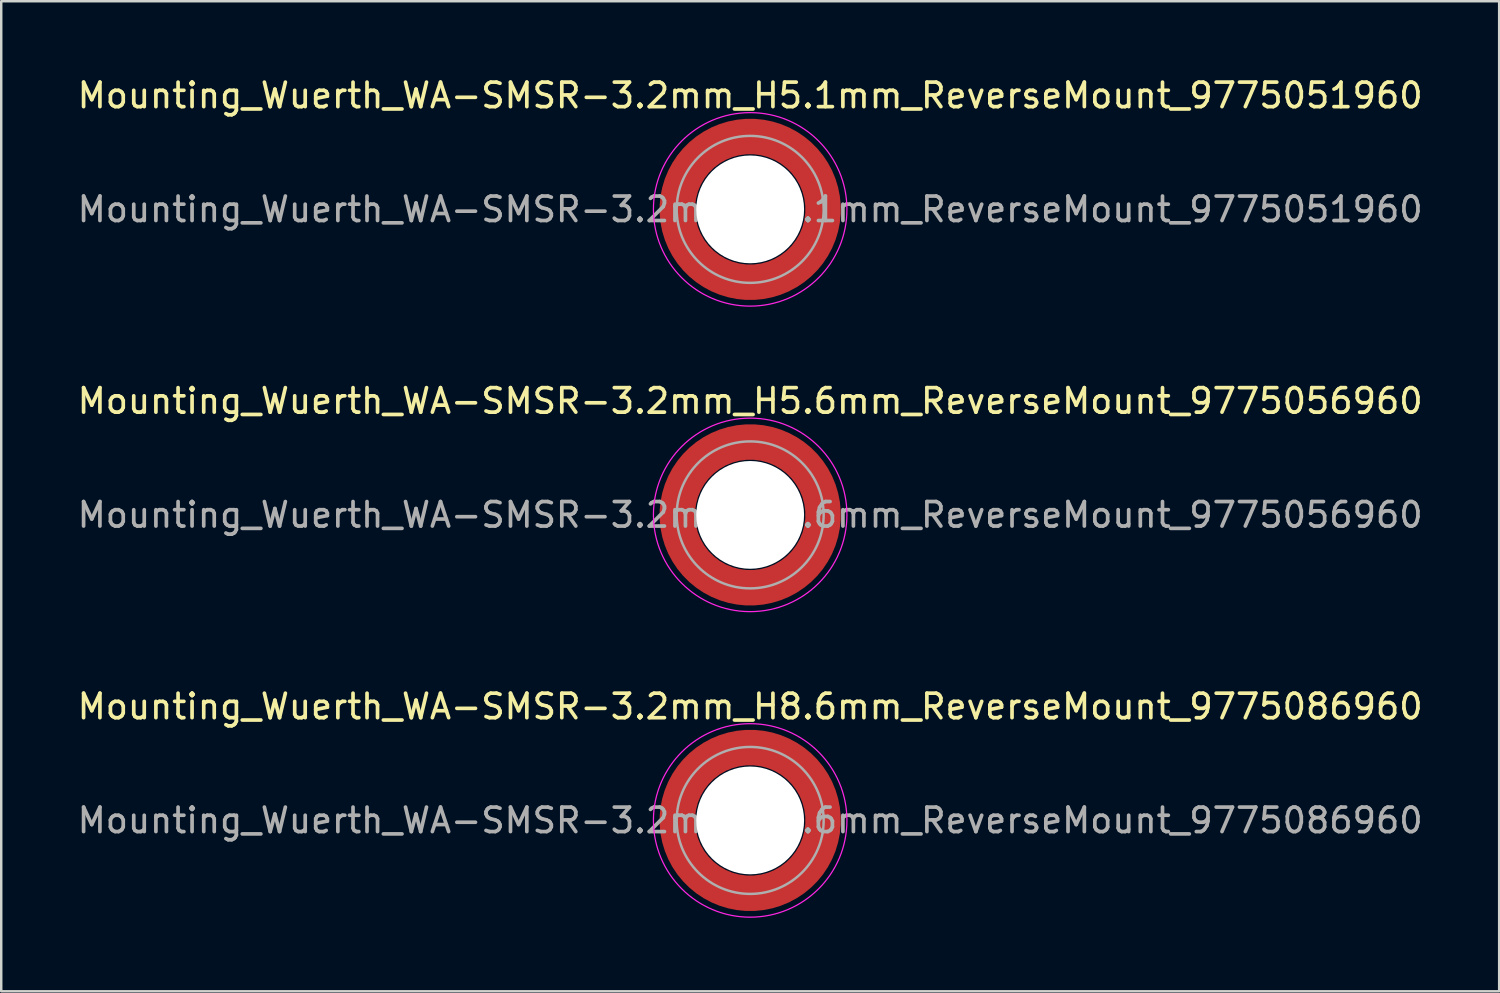
<source format=kicad_pcb>
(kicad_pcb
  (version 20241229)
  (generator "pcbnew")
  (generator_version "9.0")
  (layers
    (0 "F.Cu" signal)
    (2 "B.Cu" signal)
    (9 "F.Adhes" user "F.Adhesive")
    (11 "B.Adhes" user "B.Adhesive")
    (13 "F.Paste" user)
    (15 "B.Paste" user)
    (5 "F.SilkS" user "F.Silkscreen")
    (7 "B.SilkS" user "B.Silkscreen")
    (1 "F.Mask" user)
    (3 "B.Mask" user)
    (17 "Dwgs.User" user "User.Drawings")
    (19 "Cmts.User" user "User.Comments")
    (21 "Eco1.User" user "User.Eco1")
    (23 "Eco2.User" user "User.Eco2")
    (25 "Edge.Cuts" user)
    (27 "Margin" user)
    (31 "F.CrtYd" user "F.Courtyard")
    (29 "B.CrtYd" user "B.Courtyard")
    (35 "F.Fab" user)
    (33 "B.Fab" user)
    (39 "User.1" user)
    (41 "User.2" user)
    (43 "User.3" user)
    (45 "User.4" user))
  (footprint "Mounting_Wuerth_WA-SMSR-3.2mm_H5.6mm_ReverseMount_9775056960"
    (layer "F.Cu")
    (at 27.577 17.971)
    (property "Reference" "Mounting_Wuerth_WA-SMSR-3.2mm_H5.6mm_ReverseMount_9775056960" (at 0 -4.65 0) (layer "F.SilkS") (effects (font (size 1 1) (thickness 0.15))))
    (attr smd allow_soldermask_bridges)
    (fp_circle (center 0 0) (end 3.95 0) (stroke (width 0.05) (type solid)) (fill no) (layer "F.CrtYd"))
    (fp_circle (center 0 0) (end 3 0) (stroke (width 0.1) (type solid)) (fill no) (layer "F.Fab"))
    (fp_text user "${REFERENCE}" (at 0 0 0) (layer "F.Fab") (effects (font (size 1 1) (thickness 0.15))))
    (pad "" smd custom (at -2.095 -2.095) (size 0.672 0.672) (layers "F.Paste") (options (anchor circle)) (primitives (gr_arc (start -0.24231 1.594804) (mid 0.404819 0.404819) (end 1.594804 -0.24231) (width 0.2)) (gr_arc (start -0.3398 1.594804) (mid 0.337349 0.337349) (end 1.594804 -0.3398) (width 0.2)) (gr_arc (start -0.437132 1.594804) (mid 0.269879 0.269879) (end 1.594804 -0.437132) (width 0.2)) (gr_arc (start -0.534324 1.594804) (mid 0.202409 0.202409) (end 1.594804 -0.534324) (width 0.2)) (gr_arc (start -0.631391 1.594804) (mid 0.13494 0.13494) (end 1.594804 -0.631391) (width 0.2)) (gr_arc (start -0.728345 1.594804) (mid 0.06747 0.06747) (end 1.594804 -0.728345) (width 0.2)) (gr_arc (start -0.825197 1.594804) (mid 0 0) (end 1.594804 -0.825197) (width 0.2)) (gr_arc (start -0.921958 1.594804) (mid -0.06747 -0.06747) (end 1.594804 -0.921958) (width 0.2)) (gr_arc (start -1.018637 1.594804) (mid -0.13494 -0.13494) (end 1.594804 -1.018637) (width 0.2)) (gr_arc (start -1.115239 1.594804) (mid -0.202409 -0.202409) (end 1.594804 -1.115239) (width 0.2)) (gr_arc (start -1.211773 1.594804) (mid -0.269879 -0.269879) (end 1.594804 -1.211773) (width 0.2)) (gr_arc (start -1.308244 1.594804) (mid -0.337349 -0.337349) (end 1.594804 -1.308244) (width 0.2)) (gr_arc (start -1.404657 1.594804) (mid -0.404819 -0.404819) (end 1.594804 -1.404657) (width 0.2)) (gr_arc (start -1.404657 1.594804) (mid -0.404819 -0.404819) (end 1.594804 -1.404657) (width 0.2)) (gr_line (start 1.595 -0.242) (end 1.595 -1.405) (width 0.2)) (gr_line (start -0.242 1.595) (end -1.405 1.595) (width 0.2))))
    (pad "" smd custom (at -2.095 2.095) (size 0.672 0.672) (layers "F.Paste") (options (anchor circle)) (primitives (gr_arc (start 1.594804 0.24231) (mid 0.404819 -0.404819) (end -0.24231 -1.594804) (width 0.2)) (gr_arc (start 1.594804 0.3398) (mid 0.337349 -0.337349) (end -0.3398 -1.594804) (width 0.2)) (gr_arc (start 1.594804 0.437132) (mid 0.269879 -0.269879) (end -0.437132 -1.594804) (width 0.2)) (gr_arc (start 1.594804 0.534324) (mid 0.202409 -0.202409) (end -0.534324 -1.594804) (width 0.2)) (gr_arc (start 1.594804 0.631391) (mid 0.13494 -0.13494) (end -0.631391 -1.594804) (width 0.2)) (gr_arc (start 1.594804 0.728345) (mid 0.06747 -0.06747) (end -0.728345 -1.594804) (width 0.2)) (gr_arc (start 1.594804 0.825197) (mid 0 0) (end -0.825197 -1.594804) (width 0.2)) (gr_arc (start 1.594804 0.921958) (mid -0.06747 0.06747) (end -0.921958 -1.594804) (width 0.2)) (gr_arc (start 1.594804 1.018637) (mid -0.13494 0.13494) (end -1.018637 -1.594804) (width 0.2)) (gr_arc (start 1.594804 1.115239) (mid -0.202409 0.202409) (end -1.115239 -1.594804) (width 0.2)) (gr_arc (start 1.594804 1.211773) (mid -0.269879 0.269879) (end -1.211773 -1.594804) (width 0.2)) (gr_arc (start 1.594804 1.308244) (mid -0.337349 0.337349) (end -1.308244 -1.594804) (width 0.2)) (gr_arc (start 1.594804 1.404657) (mid -0.404819 0.404819) (end -1.404657 -1.594804) (width 0.2)) (gr_arc (start 1.594804 1.404657) (mid -0.404819 0.404819) (end -1.404657 -1.594804) (width 0.2)) (gr_line (start -0.242 -1.595) (end -1.405 -1.595) (width 0.2)) (gr_line (start 1.595 0.242) (end 1.595 1.405) (width 0.2))))
    (pad "" np_thru_hole circle (at 0 0) (size 4.4 4.4) (drill 4.4) (layers "*.Cu" "*.Mask"))
    (pad "" smd custom (at 2.095 -2.095) (size 0.672 0.672) (layers "F.Paste") (options (anchor circle)) (primitives (gr_arc (start -1.594804 -0.24231) (mid -0.404819 0.404819) (end 0.24231 1.594804) (width 0.2)) (gr_arc (start -1.594804 -0.3398) (mid -0.337349 0.337349) (end 0.3398 1.594804) (width 0.2)) (gr_arc (start -1.594804 -0.437132) (mid -0.269879 0.269879) (end 0.437132 1.594804) (width 0.2)) (gr_arc (start -1.594804 -0.534324) (mid -0.202409 0.202409) (end 0.534324 1.594804) (width 0.2)) (gr_arc (start -1.594804 -0.631391) (mid -0.13494 0.13494) (end 0.631391 1.594804) (width 0.2)) (gr_arc (start -1.594804 -0.728345) (mid -0.06747 0.06747) (end 0.728345 1.594804) (width 0.2)) (gr_arc (start -1.594804 -0.825197) (mid 0 0) (end 0.825197 1.594804) (width 0.2)) (gr_arc (start -1.594804 -0.921958) (mid 0.06747 -0.06747) (end 0.921958 1.594804) (width 0.2)) (gr_arc (start -1.594804 -1.018637) (mid 0.13494 -0.13494) (end 1.018637 1.594804) (width 0.2)) (gr_arc (start -1.594804 -1.115239) (mid 0.202409 -0.202409) (end 1.115239 1.594804) (width 0.2)) (gr_arc (start -1.594804 -1.211773) (mid 0.269879 -0.269879) (end 1.211773 1.594804) (width 0.2)) (gr_arc (start -1.594804 -1.308244) (mid 0.337349 -0.337349) (end 1.308244 1.594804) (width 0.2)) (gr_arc (start -1.594804 -1.404657) (mid 0.404819 -0.404819) (end 1.404657 1.594804) (width 0.2)) (gr_arc (start -1.594804 -1.404657) (mid 0.404819 -0.404819) (end 1.404657 1.594804) (width 0.2)) (gr_line (start 0.242 1.595) (end 1.405 1.595) (width 0.2)) (gr_line (start -1.595 -0.242) (end -1.595 -1.405) (width 0.2))))
    (pad "" smd custom (at 2.095 2.095) (size 0.672 0.672) (layers "F.Paste") (options (anchor circle)) (primitives (gr_arc (start 0.24231 -1.594804) (mid -0.404819 -0.404819) (end -1.594804 0.24231) (width 0.2)) (gr_arc (start 0.3398 -1.594804) (mid -0.337349 -0.337349) (end -1.594804 0.3398) (width 0.2)) (gr_arc (start 0.437132 -1.594804) (mid -0.269879 -0.269879) (end -1.594804 0.437132) (width 0.2)) (gr_arc (start 0.534324 -1.594804) (mid -0.202409 -0.202409) (end -1.594804 0.534324) (width 0.2)) (gr_arc (start 0.631391 -1.594804) (mid -0.13494 -0.13494) (end -1.594804 0.631391) (width 0.2)) (gr_arc (start 0.728345 -1.594804) (mid -0.06747 -0.06747) (end -1.594804 0.728345) (width 0.2)) (gr_arc (start 0.825197 -1.594804) (mid 0 0) (end -1.594804 0.825197) (width 0.2)) (gr_arc (start 0.921958 -1.594804) (mid 0.06747 0.06747) (end -1.594804 0.921958) (width 0.2)) (gr_arc (start 1.018637 -1.594804) (mid 0.13494 0.13494) (end -1.594804 1.018637) (width 0.2)) (gr_arc (start 1.115239 -1.594804) (mid 0.202409 0.202409) (end -1.594804 1.115239) (width 0.2)) (gr_arc (start 1.211773 -1.594804) (mid 0.269879 0.269879) (end -1.594804 1.211773) (width 0.2)) (gr_arc (start 1.308244 -1.594804) (mid 0.337349 0.337349) (end -1.594804 1.308244) (width 0.2)) (gr_arc (start 1.404657 -1.594804) (mid 0.404819 0.404819) (end -1.594804 1.404657) (width 0.2)) (gr_arc (start 1.404657 -1.594804) (mid 0.404819 0.404819) (end -1.594804 1.404657) (width 0.2)) (gr_line (start -1.595 0.242) (end -1.595 1.405) (width 0.2)) (gr_line (start 0.242 -1.595) (end 1.405 -1.595) (width 0.2))))
    (pad "1" smd circle (at -2.975 0) (size 0.942 0.942) (layers "F.Cu"))
    (pad "1" smd circle (at 0 -2.975) (size 0.942 0.942) (layers "F.Cu"))
    (pad "1" smd circle (at 0 2.975) (size 0.942 0.942) (layers "F.Cu"))
    (pad "1" smd custom (at 2.975 0) (size 1.45 1.45) (layers "F.Cu" "F.Mask") (options (anchor circle)) (primitives (gr_circle (center -2.975 0) (end 0 0) (width 1.45) (fill no)))))
  (footprint "Mounting_Wuerth_WA-SMSR-3.2mm_H5.1mm_ReverseMount_9775051960"
    (layer "F.Cu")
    (at 27.577 5.498)
    (property "Reference" "Mounting_Wuerth_WA-SMSR-3.2mm_H5.1mm_ReverseMount_9775051960" (at 0 -4.65 0) (layer "F.SilkS") (effects (font (size 1 1) (thickness 0.15))))
    (attr smd allow_soldermask_bridges)
    (fp_circle (center 0 0) (end 3.95 0) (stroke (width 0.05) (type solid)) (fill no) (layer "F.CrtYd"))
    (fp_circle (center 0 0) (end 3 0) (stroke (width 0.1) (type solid)) (fill no) (layer "F.Fab"))
    (fp_text user "${REFERENCE}" (at 0 0 0) (layer "F.Fab") (effects (font (size 1 1) (thickness 0.15))))
    (pad "" smd custom (at -2.095 -2.095) (size 0.672 0.672) (layers "F.Paste") (options (anchor circle)) (primitives (gr_arc (start -0.24231 1.594804) (mid 0.404819 0.404819) (end 1.594804 -0.24231) (width 0.2)) (gr_arc (start -0.3398 1.594804) (mid 0.337349 0.337349) (end 1.594804 -0.3398) (width 0.2)) (gr_arc (start -0.437132 1.594804) (mid 0.269879 0.269879) (end 1.594804 -0.437132) (width 0.2)) (gr_arc (start -0.534324 1.594804) (mid 0.202409 0.202409) (end 1.594804 -0.534324) (width 0.2)) (gr_arc (start -0.631391 1.594804) (mid 0.13494 0.13494) (end 1.594804 -0.631391) (width 0.2)) (gr_arc (start -0.728345 1.594804) (mid 0.06747 0.06747) (end 1.594804 -0.728345) (width 0.2)) (gr_arc (start -0.825197 1.594804) (mid 0 0) (end 1.594804 -0.825197) (width 0.2)) (gr_arc (start -0.921958 1.594804) (mid -0.06747 -0.06747) (end 1.594804 -0.921958) (width 0.2)) (gr_arc (start -1.018637 1.594804) (mid -0.13494 -0.13494) (end 1.594804 -1.018637) (width 0.2)) (gr_arc (start -1.115239 1.594804) (mid -0.202409 -0.202409) (end 1.594804 -1.115239) (width 0.2)) (gr_arc (start -1.211773 1.594804) (mid -0.269879 -0.269879) (end 1.594804 -1.211773) (width 0.2)) (gr_arc (start -1.308244 1.594804) (mid -0.337349 -0.337349) (end 1.594804 -1.308244) (width 0.2)) (gr_arc (start -1.404657 1.594804) (mid -0.404819 -0.404819) (end 1.594804 -1.404657) (width 0.2)) (gr_arc (start -1.404657 1.594804) (mid -0.404819 -0.404819) (end 1.594804 -1.404657) (width 0.2)) (gr_line (start 1.595 -0.242) (end 1.595 -1.405) (width 0.2)) (gr_line (start -0.242 1.595) (end -1.405 1.595) (width 0.2))))
    (pad "" smd custom (at -2.095 2.095) (size 0.672 0.672) (layers "F.Paste") (options (anchor circle)) (primitives (gr_arc (start 1.594804 0.24231) (mid 0.404819 -0.404819) (end -0.24231 -1.594804) (width 0.2)) (gr_arc (start 1.594804 0.3398) (mid 0.337349 -0.337349) (end -0.3398 -1.594804) (width 0.2)) (gr_arc (start 1.594804 0.437132) (mid 0.269879 -0.269879) (end -0.437132 -1.594804) (width 0.2)) (gr_arc (start 1.594804 0.534324) (mid 0.202409 -0.202409) (end -0.534324 -1.594804) (width 0.2)) (gr_arc (start 1.594804 0.631391) (mid 0.13494 -0.13494) (end -0.631391 -1.594804) (width 0.2)) (gr_arc (start 1.594804 0.728345) (mid 0.06747 -0.06747) (end -0.728345 -1.594804) (width 0.2)) (gr_arc (start 1.594804 0.825197) (mid 0 0) (end -0.825197 -1.594804) (width 0.2)) (gr_arc (start 1.594804 0.921958) (mid -0.06747 0.06747) (end -0.921958 -1.594804) (width 0.2)) (gr_arc (start 1.594804 1.018637) (mid -0.13494 0.13494) (end -1.018637 -1.594804) (width 0.2)) (gr_arc (start 1.594804 1.115239) (mid -0.202409 0.202409) (end -1.115239 -1.594804) (width 0.2)) (gr_arc (start 1.594804 1.211773) (mid -0.269879 0.269879) (end -1.211773 -1.594804) (width 0.2)) (gr_arc (start 1.594804 1.308244) (mid -0.337349 0.337349) (end -1.308244 -1.594804) (width 0.2)) (gr_arc (start 1.594804 1.404657) (mid -0.404819 0.404819) (end -1.404657 -1.594804) (width 0.2)) (gr_arc (start 1.594804 1.404657) (mid -0.404819 0.404819) (end -1.404657 -1.594804) (width 0.2)) (gr_line (start -0.242 -1.595) (end -1.405 -1.595) (width 0.2)) (gr_line (start 1.595 0.242) (end 1.595 1.405) (width 0.2))))
    (pad "" np_thru_hole circle (at 0 0) (size 4.4 4.4) (drill 4.4) (layers "*.Cu" "*.Mask"))
    (pad "" smd custom (at 2.095 -2.095) (size 0.672 0.672) (layers "F.Paste") (options (anchor circle)) (primitives (gr_arc (start -1.594804 -0.24231) (mid -0.404819 0.404819) (end 0.24231 1.594804) (width 0.2)) (gr_arc (start -1.594804 -0.3398) (mid -0.337349 0.337349) (end 0.3398 1.594804) (width 0.2)) (gr_arc (start -1.594804 -0.437132) (mid -0.269879 0.269879) (end 0.437132 1.594804) (width 0.2)) (gr_arc (start -1.594804 -0.534324) (mid -0.202409 0.202409) (end 0.534324 1.594804) (width 0.2)) (gr_arc (start -1.594804 -0.631391) (mid -0.13494 0.13494) (end 0.631391 1.594804) (width 0.2)) (gr_arc (start -1.594804 -0.728345) (mid -0.06747 0.06747) (end 0.728345 1.594804) (width 0.2)) (gr_arc (start -1.594804 -0.825197) (mid 0 0) (end 0.825197 1.594804) (width 0.2)) (gr_arc (start -1.594804 -0.921958) (mid 0.06747 -0.06747) (end 0.921958 1.594804) (width 0.2)) (gr_arc (start -1.594804 -1.018637) (mid 0.13494 -0.13494) (end 1.018637 1.594804) (width 0.2)) (gr_arc (start -1.594804 -1.115239) (mid 0.202409 -0.202409) (end 1.115239 1.594804) (width 0.2)) (gr_arc (start -1.594804 -1.211773) (mid 0.269879 -0.269879) (end 1.211773 1.594804) (width 0.2)) (gr_arc (start -1.594804 -1.308244) (mid 0.337349 -0.337349) (end 1.308244 1.594804) (width 0.2)) (gr_arc (start -1.594804 -1.404657) (mid 0.404819 -0.404819) (end 1.404657 1.594804) (width 0.2)) (gr_arc (start -1.594804 -1.404657) (mid 0.404819 -0.404819) (end 1.404657 1.594804) (width 0.2)) (gr_line (start 0.242 1.595) (end 1.405 1.595) (width 0.2)) (gr_line (start -1.595 -0.242) (end -1.595 -1.405) (width 0.2))))
    (pad "" smd custom (at 2.095 2.095) (size 0.672 0.672) (layers "F.Paste") (options (anchor circle)) (primitives (gr_arc (start 0.24231 -1.594804) (mid -0.404819 -0.404819) (end -1.594804 0.24231) (width 0.2)) (gr_arc (start 0.3398 -1.594804) (mid -0.337349 -0.337349) (end -1.594804 0.3398) (width 0.2)) (gr_arc (start 0.437132 -1.594804) (mid -0.269879 -0.269879) (end -1.594804 0.437132) (width 0.2)) (gr_arc (start 0.534324 -1.594804) (mid -0.202409 -0.202409) (end -1.594804 0.534324) (width 0.2)) (gr_arc (start 0.631391 -1.594804) (mid -0.13494 -0.13494) (end -1.594804 0.631391) (width 0.2)) (gr_arc (start 0.728345 -1.594804) (mid -0.06747 -0.06747) (end -1.594804 0.728345) (width 0.2)) (gr_arc (start 0.825197 -1.594804) (mid 0 0) (end -1.594804 0.825197) (width 0.2)) (gr_arc (start 0.921958 -1.594804) (mid 0.06747 0.06747) (end -1.594804 0.921958) (width 0.2)) (gr_arc (start 1.018637 -1.594804) (mid 0.13494 0.13494) (end -1.594804 1.018637) (width 0.2)) (gr_arc (start 1.115239 -1.594804) (mid 0.202409 0.202409) (end -1.594804 1.115239) (width 0.2)) (gr_arc (start 1.211773 -1.594804) (mid 0.269879 0.269879) (end -1.594804 1.211773) (width 0.2)) (gr_arc (start 1.308244 -1.594804) (mid 0.337349 0.337349) (end -1.594804 1.308244) (width 0.2)) (gr_arc (start 1.404657 -1.594804) (mid 0.404819 0.404819) (end -1.594804 1.404657) (width 0.2)) (gr_arc (start 1.404657 -1.594804) (mid 0.404819 0.404819) (end -1.594804 1.404657) (width 0.2)) (gr_line (start -1.595 0.242) (end -1.595 1.405) (width 0.2)) (gr_line (start 0.242 -1.595) (end 1.405 -1.595) (width 0.2))))
    (pad "1" smd circle (at -2.975 0) (size 0.942 0.942) (layers "F.Cu"))
    (pad "1" smd circle (at 0 -2.975) (size 0.942 0.942) (layers "F.Cu"))
    (pad "1" smd circle (at 0 2.975) (size 0.942 0.942) (layers "F.Cu"))
    (pad "1" smd custom (at 2.975 0) (size 1.45 1.45) (layers "F.Cu" "F.Mask") (options (anchor circle)) (primitives (gr_circle (center -2.975 0) (end 0 0) (width 1.45) (fill no)))))
  (footprint "Mounting_Wuerth_WA-SMSR-3.2mm_H8.6mm_ReverseMount_9775086960"
    (layer "F.Cu")
    (at 27.577 30.445)
    (property "Reference" "Mounting_Wuerth_WA-SMSR-3.2mm_H8.6mm_ReverseMount_9775086960" (at 0 -4.65 0) (layer "F.SilkS") (effects (font (size 1 1) (thickness 0.15))))
    (attr smd allow_soldermask_bridges)
    (fp_circle (center 0 0) (end 3.95 0) (stroke (width 0.05) (type solid)) (fill no) (layer "F.CrtYd"))
    (fp_circle (center 0 0) (end 3 0) (stroke (width 0.1) (type solid)) (fill no) (layer "F.Fab"))
    (fp_text user "${REFERENCE}" (at 0 0 0) (layer "F.Fab") (effects (font (size 1 1) (thickness 0.15))))
    (pad "" smd custom (at -2.095 -2.095) (size 0.672 0.672) (layers "F.Paste") (options (anchor circle)) (primitives (gr_arc (start -0.24231 1.594804) (mid 0.404819 0.404819) (end 1.594804 -0.24231) (width 0.2)) (gr_arc (start -0.3398 1.594804) (mid 0.337349 0.337349) (end 1.594804 -0.3398) (width 0.2)) (gr_arc (start -0.437132 1.594804) (mid 0.269879 0.269879) (end 1.594804 -0.437132) (width 0.2)) (gr_arc (start -0.534324 1.594804) (mid 0.202409 0.202409) (end 1.594804 -0.534324) (width 0.2)) (gr_arc (start -0.631391 1.594804) (mid 0.13494 0.13494) (end 1.594804 -0.631391) (width 0.2)) (gr_arc (start -0.728345 1.594804) (mid 0.06747 0.06747) (end 1.594804 -0.728345) (width 0.2)) (gr_arc (start -0.825197 1.594804) (mid 0 0) (end 1.594804 -0.825197) (width 0.2)) (gr_arc (start -0.921958 1.594804) (mid -0.06747 -0.06747) (end 1.594804 -0.921958) (width 0.2)) (gr_arc (start -1.018637 1.594804) (mid -0.13494 -0.13494) (end 1.594804 -1.018637) (width 0.2)) (gr_arc (start -1.115239 1.594804) (mid -0.202409 -0.202409) (end 1.594804 -1.115239) (width 0.2)) (gr_arc (start -1.211773 1.594804) (mid -0.269879 -0.269879) (end 1.594804 -1.211773) (width 0.2)) (gr_arc (start -1.308244 1.594804) (mid -0.337349 -0.337349) (end 1.594804 -1.308244) (width 0.2)) (gr_arc (start -1.404657 1.594804) (mid -0.404819 -0.404819) (end 1.594804 -1.404657) (width 0.2)) (gr_arc (start -1.404657 1.594804) (mid -0.404819 -0.404819) (end 1.594804 -1.404657) (width 0.2)) (gr_line (start 1.595 -0.242) (end 1.595 -1.405) (width 0.2)) (gr_line (start -0.242 1.595) (end -1.405 1.595) (width 0.2))))
    (pad "" smd custom (at -2.095 2.095) (size 0.672 0.672) (layers "F.Paste") (options (anchor circle)) (primitives (gr_arc (start 1.594804 0.24231) (mid 0.404819 -0.404819) (end -0.24231 -1.594804) (width 0.2)) (gr_arc (start 1.594804 0.3398) (mid 0.337349 -0.337349) (end -0.3398 -1.594804) (width 0.2)) (gr_arc (start 1.594804 0.437132) (mid 0.269879 -0.269879) (end -0.437132 -1.594804) (width 0.2)) (gr_arc (start 1.594804 0.534324) (mid 0.202409 -0.202409) (end -0.534324 -1.594804) (width 0.2)) (gr_arc (start 1.594804 0.631391) (mid 0.13494 -0.13494) (end -0.631391 -1.594804) (width 0.2)) (gr_arc (start 1.594804 0.728345) (mid 0.06747 -0.06747) (end -0.728345 -1.594804) (width 0.2)) (gr_arc (start 1.594804 0.825197) (mid 0 0) (end -0.825197 -1.594804) (width 0.2)) (gr_arc (start 1.594804 0.921958) (mid -0.06747 0.06747) (end -0.921958 -1.594804) (width 0.2)) (gr_arc (start 1.594804 1.018637) (mid -0.13494 0.13494) (end -1.018637 -1.594804) (width 0.2)) (gr_arc (start 1.594804 1.115239) (mid -0.202409 0.202409) (end -1.115239 -1.594804) (width 0.2)) (gr_arc (start 1.594804 1.211773) (mid -0.269879 0.269879) (end -1.211773 -1.594804) (width 0.2)) (gr_arc (start 1.594804 1.308244) (mid -0.337349 0.337349) (end -1.308244 -1.594804) (width 0.2)) (gr_arc (start 1.594804 1.404657) (mid -0.404819 0.404819) (end -1.404657 -1.594804) (width 0.2)) (gr_arc (start 1.594804 1.404657) (mid -0.404819 0.404819) (end -1.404657 -1.594804) (width 0.2)) (gr_line (start -0.242 -1.595) (end -1.405 -1.595) (width 0.2)) (gr_line (start 1.595 0.242) (end 1.595 1.405) (width 0.2))))
    (pad "" np_thru_hole circle (at 0 0) (size 4.4 4.4) (drill 4.4) (layers "*.Cu" "*.Mask"))
    (pad "" smd custom (at 2.095 -2.095) (size 0.672 0.672) (layers "F.Paste") (options (anchor circle)) (primitives (gr_arc (start -1.594804 -0.24231) (mid -0.404819 0.404819) (end 0.24231 1.594804) (width 0.2)) (gr_arc (start -1.594804 -0.3398) (mid -0.337349 0.337349) (end 0.3398 1.594804) (width 0.2)) (gr_arc (start -1.594804 -0.437132) (mid -0.269879 0.269879) (end 0.437132 1.594804) (width 0.2)) (gr_arc (start -1.594804 -0.534324) (mid -0.202409 0.202409) (end 0.534324 1.594804) (width 0.2)) (gr_arc (start -1.594804 -0.631391) (mid -0.13494 0.13494) (end 0.631391 1.594804) (width 0.2)) (gr_arc (start -1.594804 -0.728345) (mid -0.06747 0.06747) (end 0.728345 1.594804) (width 0.2)) (gr_arc (start -1.594804 -0.825197) (mid 0 0) (end 0.825197 1.594804) (width 0.2)) (gr_arc (start -1.594804 -0.921958) (mid 0.06747 -0.06747) (end 0.921958 1.594804) (width 0.2)) (gr_arc (start -1.594804 -1.018637) (mid 0.13494 -0.13494) (end 1.018637 1.594804) (width 0.2)) (gr_arc (start -1.594804 -1.115239) (mid 0.202409 -0.202409) (end 1.115239 1.594804) (width 0.2)) (gr_arc (start -1.594804 -1.211773) (mid 0.269879 -0.269879) (end 1.211773 1.594804) (width 0.2)) (gr_arc (start -1.594804 -1.308244) (mid 0.337349 -0.337349) (end 1.308244 1.594804) (width 0.2)) (gr_arc (start -1.594804 -1.404657) (mid 0.404819 -0.404819) (end 1.404657 1.594804) (width 0.2)) (gr_arc (start -1.594804 -1.404657) (mid 0.404819 -0.404819) (end 1.404657 1.594804) (width 0.2)) (gr_line (start 0.242 1.595) (end 1.405 1.595) (width 0.2)) (gr_line (start -1.595 -0.242) (end -1.595 -1.405) (width 0.2))))
    (pad "" smd custom (at 2.095 2.095) (size 0.672 0.672) (layers "F.Paste") (options (anchor circle)) (primitives (gr_arc (start 0.24231 -1.594804) (mid -0.404819 -0.404819) (end -1.594804 0.24231) (width 0.2)) (gr_arc (start 0.3398 -1.594804) (mid -0.337349 -0.337349) (end -1.594804 0.3398) (width 0.2)) (gr_arc (start 0.437132 -1.594804) (mid -0.269879 -0.269879) (end -1.594804 0.437132) (width 0.2)) (gr_arc (start 0.534324 -1.594804) (mid -0.202409 -0.202409) (end -1.594804 0.534324) (width 0.2)) (gr_arc (start 0.631391 -1.594804) (mid -0.13494 -0.13494) (end -1.594804 0.631391) (width 0.2)) (gr_arc (start 0.728345 -1.594804) (mid -0.06747 -0.06747) (end -1.594804 0.728345) (width 0.2)) (gr_arc (start 0.825197 -1.594804) (mid 0 0) (end -1.594804 0.825197) (width 0.2)) (gr_arc (start 0.921958 -1.594804) (mid 0.06747 0.06747) (end -1.594804 0.921958) (width 0.2)) (gr_arc (start 1.018637 -1.594804) (mid 0.13494 0.13494) (end -1.594804 1.018637) (width 0.2)) (gr_arc (start 1.115239 -1.594804) (mid 0.202409 0.202409) (end -1.594804 1.115239) (width 0.2)) (gr_arc (start 1.211773 -1.594804) (mid 0.269879 0.269879) (end -1.594804 1.211773) (width 0.2)) (gr_arc (start 1.308244 -1.594804) (mid 0.337349 0.337349) (end -1.594804 1.308244) (width 0.2)) (gr_arc (start 1.404657 -1.594804) (mid 0.404819 0.404819) (end -1.594804 1.404657) (width 0.2)) (gr_arc (start 1.404657 -1.594804) (mid 0.404819 0.404819) (end -1.594804 1.404657) (width 0.2)) (gr_line (start -1.595 0.242) (end -1.595 1.405) (width 0.2)) (gr_line (start 0.242 -1.595) (end 1.405 -1.595) (width 0.2))))
    (pad "1" smd circle (at -2.975 0) (size 0.942 0.942) (layers "F.Cu"))
    (pad "1" smd circle (at 0 -2.975) (size 0.942 0.942) (layers "F.Cu"))
    (pad "1" smd circle (at 0 2.975) (size 0.942 0.942) (layers "F.Cu"))
    (pad "1" smd custom (at 2.975 0) (size 1.45 1.45) (layers "F.Cu" "F.Mask") (options (anchor circle)) (primitives (gr_circle (center -2.975 0) (end 0 0) (width 1.45) (fill no)))))
  (gr_rect
    (start -3 -3)
    (end 58.155 37.42)
    (stroke (width 0.1) (type default))
    (fill no)
    (layer "Edge.Cuts")))
</source>
